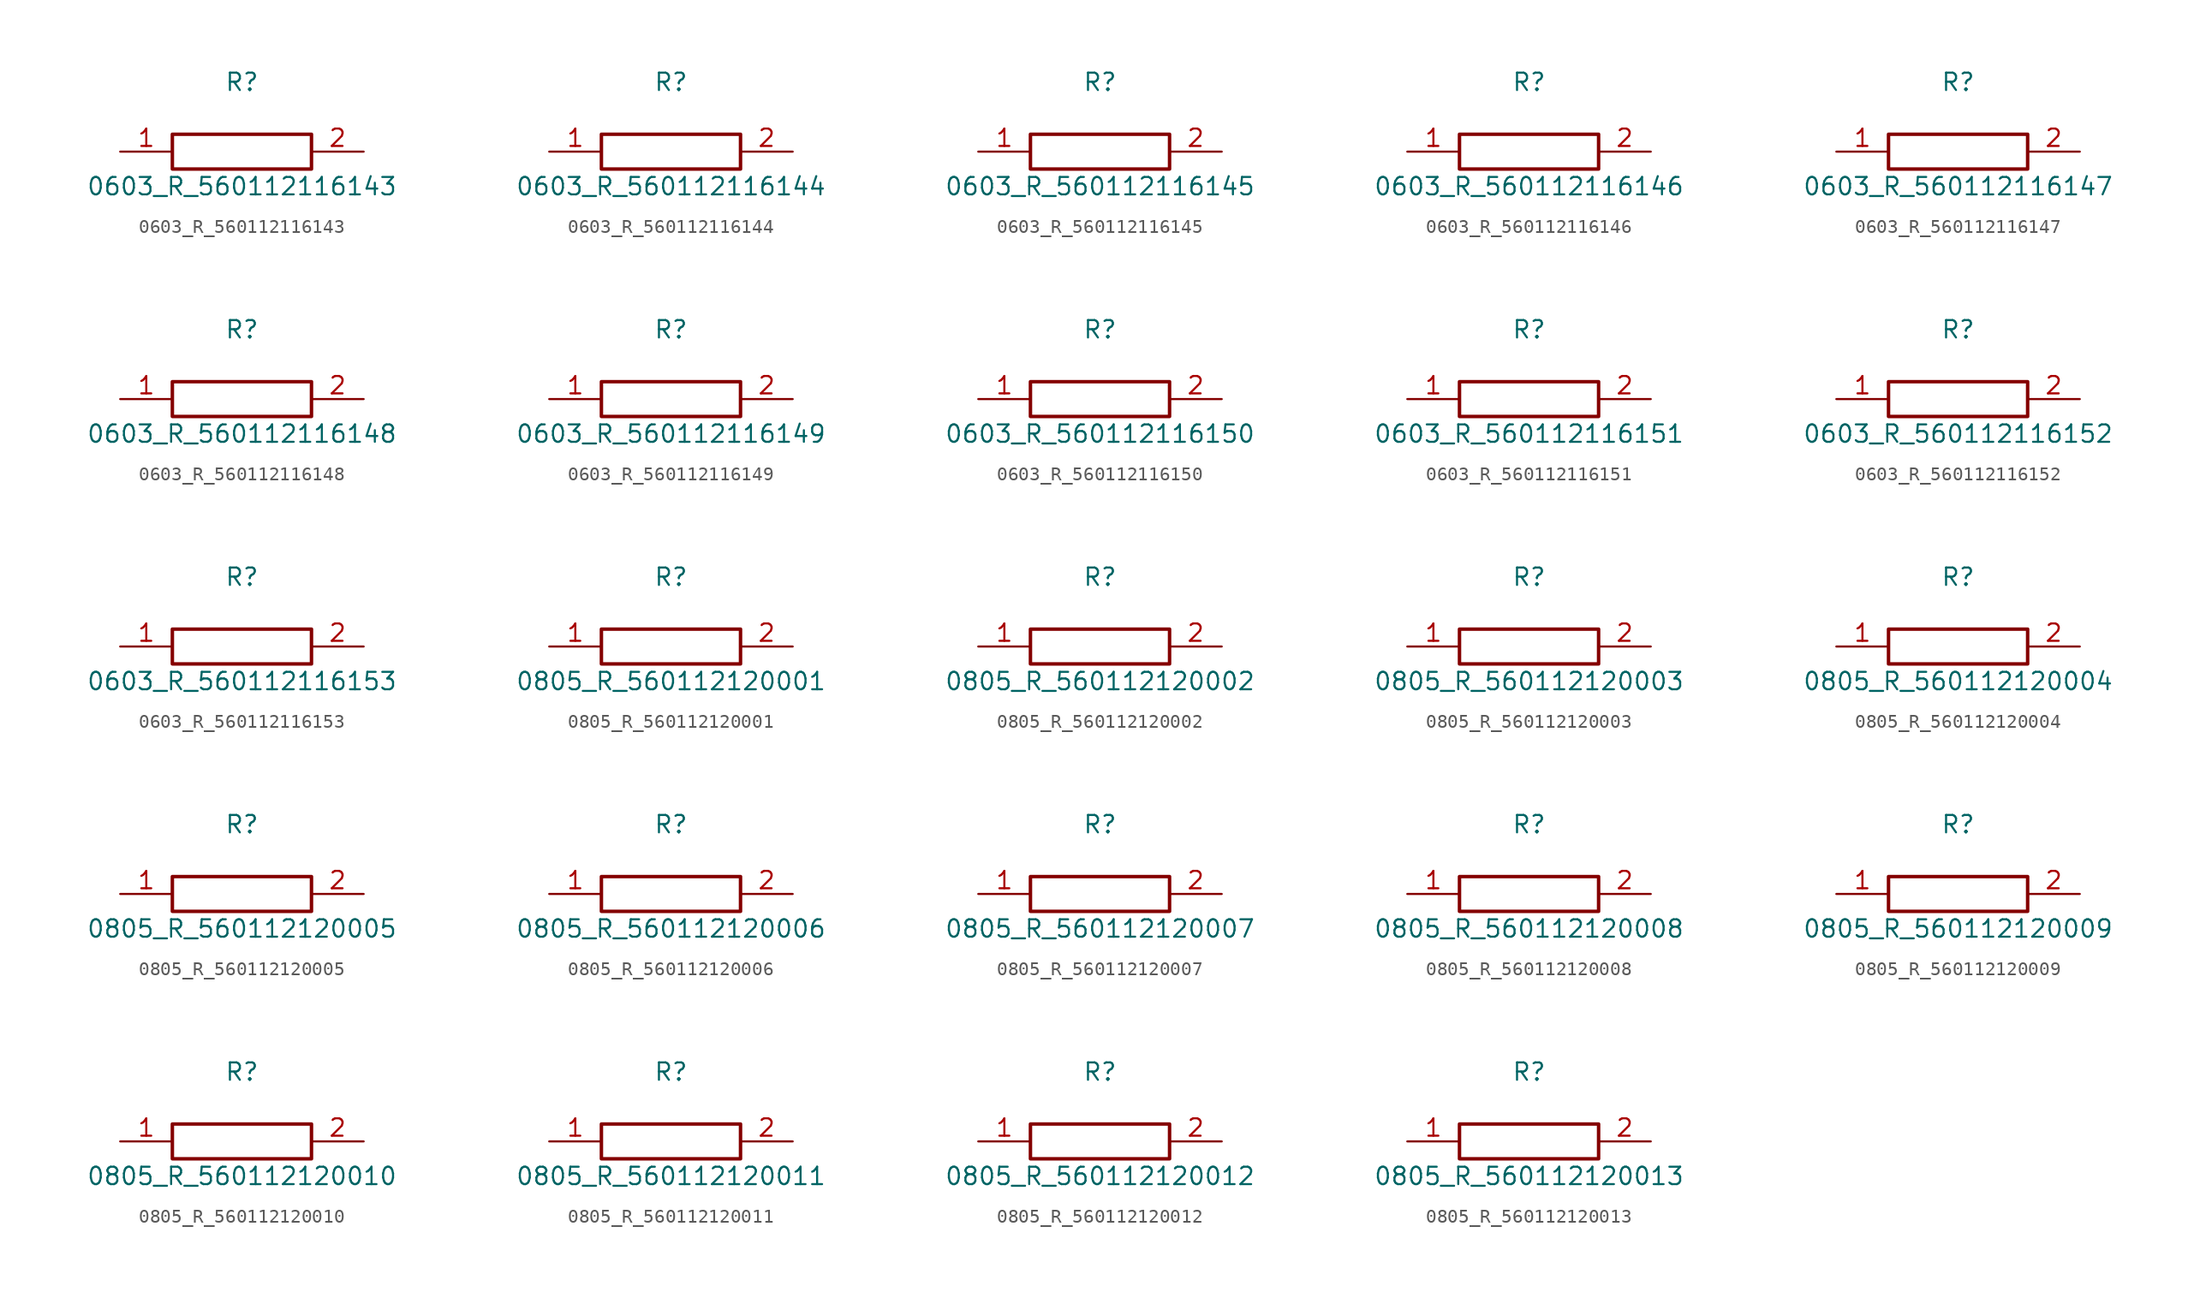
<source format=kicad_sym>
(kicad_symbol_lib
  (version 20211014)
  (generator kicad_symbol_editor)
  (symbol "Resistor_Wurth_WRIS-RSKS:0603_R_560112116143"
    (pin_names hide)
    (property "Reference" "R"
      (at 0 5.08 0)
      (effects (font (size 1.27 1.27))))
    (property "Value" "0603_R_560112116143"
      (at 0 -2.54 0)
      (effects (font (size 1.27 1.27))))
    (symbol "0603_R_560112116143_0_1"
      (rectangle (start -5.08 1.27) (end 5.08 -1.27) (stroke (width 0.254) (type solid)) (fill (type none)))
      (pin passive line (at -8.89 0 0) (length 3.81) (name "1" (effects (font (size 1.27 1.27)))) (number "1" (effects (font (size 1.27 1.27)))))
      (pin passive line (at 8.89 0 180) (length 3.81) (name "2" (effects (font (size 1.27 1.27)))) (number "2" (effects (font (size 1.27 1.27)))))))
  (symbol "Resistor_Wurth_WRIS-RSKS:0603_R_560112116144"
    (pin_names hide)
    (property "Reference" "R"
      (at 0 5.08 0)
      (effects (font (size 1.27 1.27))))
    (property "Value" "0603_R_560112116144"
      (at 0 -2.54 0)
      (effects (font (size 1.27 1.27))))
    (symbol "0603_R_560112116144_0_1"
      (rectangle (start -5.08 1.27) (end 5.08 -1.27) (stroke (width 0.254) (type solid)) (fill (type none)))
      (pin passive line (at -8.89 0 0) (length 3.81) (name "1" (effects (font (size 1.27 1.27)))) (number "1" (effects (font (size 1.27 1.27)))))
      (pin passive line (at 8.89 0 180) (length 3.81) (name "2" (effects (font (size 1.27 1.27)))) (number "2" (effects (font (size 1.27 1.27)))))))
  (symbol "Resistor_Wurth_WRIS-RSKS:0603_R_560112116145"
    (pin_names hide)
    (property "Reference" "R"
      (at 0 5.08 0)
      (effects (font (size 1.27 1.27))))
    (property "Value" "0603_R_560112116145"
      (at 0 -2.54 0)
      (effects (font (size 1.27 1.27))))
    (symbol "0603_R_560112116145_0_1"
      (rectangle (start -5.08 1.27) (end 5.08 -1.27) (stroke (width 0.254) (type solid)) (fill (type none)))
      (pin passive line (at -8.89 0 0) (length 3.81) (name "1" (effects (font (size 1.27 1.27)))) (number "1" (effects (font (size 1.27 1.27)))))
      (pin passive line (at 8.89 0 180) (length 3.81) (name "2" (effects (font (size 1.27 1.27)))) (number "2" (effects (font (size 1.27 1.27)))))))
  (symbol "Resistor_Wurth_WRIS-RSKS:0603_R_560112116146"
    (pin_names hide)
    (property "Reference" "R"
      (at 0 5.08 0)
      (effects (font (size 1.27 1.27))))
    (property "Value" "0603_R_560112116146"
      (at 0 -2.54 0)
      (effects (font (size 1.27 1.27))))
    (symbol "0603_R_560112116146_0_1"
      (rectangle (start -5.08 1.27) (end 5.08 -1.27) (stroke (width 0.254) (type solid)) (fill (type none)))
      (pin passive line (at -8.89 0 0) (length 3.81) (name "1" (effects (font (size 1.27 1.27)))) (number "1" (effects (font (size 1.27 1.27)))))
      (pin passive line (at 8.89 0 180) (length 3.81) (name "2" (effects (font (size 1.27 1.27)))) (number "2" (effects (font (size 1.27 1.27)))))))
  (symbol "Resistor_Wurth_WRIS-RSKS:0603_R_560112116147"
    (pin_names hide)
    (property "Reference" "R"
      (at 0 5.08 0)
      (effects (font (size 1.27 1.27))))
    (property "Value" "0603_R_560112116147"
      (at 0 -2.54 0)
      (effects (font (size 1.27 1.27))))
    (symbol "0603_R_560112116147_0_1"
      (rectangle (start -5.08 1.27) (end 5.08 -1.27) (stroke (width 0.254) (type solid)) (fill (type none)))
      (pin passive line (at -8.89 0 0) (length 3.81) (name "1" (effects (font (size 1.27 1.27)))) (number "1" (effects (font (size 1.27 1.27)))))
      (pin passive line (at 8.89 0 180) (length 3.81) (name "2" (effects (font (size 1.27 1.27)))) (number "2" (effects (font (size 1.27 1.27)))))))
  (symbol "Resistor_Wurth_WRIS-RSKS:0603_R_560112116148"
    (pin_names hide)
    (property "Reference" "R"
      (at 0 5.08 0)
      (effects (font (size 1.27 1.27))))
    (property "Value" "0603_R_560112116148"
      (at 0 -2.54 0)
      (effects (font (size 1.27 1.27))))
    (symbol "0603_R_560112116148_0_1"
      (rectangle (start -5.08 1.27) (end 5.08 -1.27) (stroke (width 0.254) (type solid)) (fill (type none)))
      (pin passive line (at -8.89 0 0) (length 3.81) (name "1" (effects (font (size 1.27 1.27)))) (number "1" (effects (font (size 1.27 1.27)))))
      (pin passive line (at 8.89 0 180) (length 3.81) (name "2" (effects (font (size 1.27 1.27)))) (number "2" (effects (font (size 1.27 1.27)))))))
  (symbol "Resistor_Wurth_WRIS-RSKS:0603_R_560112116149"
    (pin_names hide)
    (property "Reference" "R"
      (at 0 5.08 0)
      (effects (font (size 1.27 1.27))))
    (property "Value" "0603_R_560112116149"
      (at 0 -2.54 0)
      (effects (font (size 1.27 1.27))))
    (symbol "0603_R_560112116149_0_1"
      (rectangle (start -5.08 1.27) (end 5.08 -1.27) (stroke (width 0.254) (type solid)) (fill (type none)))
      (pin passive line (at -8.89 0 0) (length 3.81) (name "1" (effects (font (size 1.27 1.27)))) (number "1" (effects (font (size 1.27 1.27)))))
      (pin passive line (at 8.89 0 180) (length 3.81) (name "2" (effects (font (size 1.27 1.27)))) (number "2" (effects (font (size 1.27 1.27)))))))
  (symbol "Resistor_Wurth_WRIS-RSKS:0603_R_560112116150"
    (pin_names hide)
    (property "Reference" "R"
      (at 0 5.08 0)
      (effects (font (size 1.27 1.27))))
    (property "Value" "0603_R_560112116150"
      (at 0 -2.54 0)
      (effects (font (size 1.27 1.27))))
    (symbol "0603_R_560112116150_0_1"
      (rectangle (start -5.08 1.27) (end 5.08 -1.27) (stroke (width 0.254) (type solid)) (fill (type none)))
      (pin passive line (at -8.89 0 0) (length 3.81) (name "1" (effects (font (size 1.27 1.27)))) (number "1" (effects (font (size 1.27 1.27)))))
      (pin passive line (at 8.89 0 180) (length 3.81) (name "2" (effects (font (size 1.27 1.27)))) (number "2" (effects (font (size 1.27 1.27)))))))
  (symbol "Resistor_Wurth_WRIS-RSKS:0603_R_560112116151"
    (pin_names hide)
    (property "Reference" "R"
      (at 0 5.08 0)
      (effects (font (size 1.27 1.27))))
    (property "Value" "0603_R_560112116151"
      (at 0 -2.54 0)
      (effects (font (size 1.27 1.27))))
    (symbol "0603_R_560112116151_0_1"
      (rectangle (start -5.08 1.27) (end 5.08 -1.27) (stroke (width 0.254) (type solid)) (fill (type none)))
      (pin passive line (at -8.89 0 0) (length 3.81) (name "1" (effects (font (size 1.27 1.27)))) (number "1" (effects (font (size 1.27 1.27)))))
      (pin passive line (at 8.89 0 180) (length 3.81) (name "2" (effects (font (size 1.27 1.27)))) (number "2" (effects (font (size 1.27 1.27)))))))
  (symbol "Resistor_Wurth_WRIS-RSKS:0603_R_560112116152"
    (pin_names hide)
    (property "Reference" "R"
      (at 0 5.08 0)
      (effects (font (size 1.27 1.27))))
    (property "Value" "0603_R_560112116152"
      (at 0 -2.54 0)
      (effects (font (size 1.27 1.27))))
    (symbol "0603_R_560112116152_0_1"
      (rectangle (start -5.08 1.27) (end 5.08 -1.27) (stroke (width 0.254) (type solid)) (fill (type none)))
      (pin passive line (at -8.89 0 0) (length 3.81) (name "1" (effects (font (size 1.27 1.27)))) (number "1" (effects (font (size 1.27 1.27)))))
      (pin passive line (at 8.89 0 180) (length 3.81) (name "2" (effects (font (size 1.27 1.27)))) (number "2" (effects (font (size 1.27 1.27)))))))
  (symbol "Resistor_Wurth_WRIS-RSKS:0603_R_560112116153"
    (pin_names hide)
    (property "Reference" "R"
      (at 0 5.08 0)
      (effects (font (size 1.27 1.27))))
    (property "Value" "0603_R_560112116153"
      (at 0 -2.54 0)
      (effects (font (size 1.27 1.27))))
    (symbol "0603_R_560112116153_0_1"
      (rectangle (start -5.08 1.27) (end 5.08 -1.27) (stroke (width 0.254) (type solid)) (fill (type none)))
      (pin passive line (at -8.89 0 0) (length 3.81) (name "1" (effects (font (size 1.27 1.27)))) (number "1" (effects (font (size 1.27 1.27)))))
      (pin passive line (at 8.89 0 180) (length 3.81) (name "2" (effects (font (size 1.27 1.27)))) (number "2" (effects (font (size 1.27 1.27)))))))
  (symbol "Resistor_Wurth_WRIS-RSKS:0805_R_560112120001"
    (pin_names hide)
    (property "Reference" "R"
      (at 0 5.08 0)
      (effects (font (size 1.27 1.27))))
    (property "Value" "0805_R_560112120001"
      (at 0 -2.54 0)
      (effects (font (size 1.27 1.27))))
    (symbol "0805_R_560112120001_0_1"
      (rectangle (start -5.08 1.27) (end 5.08 -1.27) (stroke (width 0.254) (type solid)) (fill (type none)))
      (pin passive line (at -8.89 0 0) (length 3.81) (name "1" (effects (font (size 1.27 1.27)))) (number "1" (effects (font (size 1.27 1.27)))))
      (pin passive line (at 8.89 0 180) (length 3.81) (name "2" (effects (font (size 1.27 1.27)))) (number "2" (effects (font (size 1.27 1.27)))))))
  (symbol "Resistor_Wurth_WRIS-RSKS:0805_R_560112120002"
    (pin_names hide)
    (property "Reference" "R"
      (at 0 5.08 0)
      (effects (font (size 1.27 1.27))))
    (property "Value" "0805_R_560112120002"
      (at 0 -2.54 0)
      (effects (font (size 1.27 1.27))))
    (symbol "0805_R_560112120002_0_1"
      (rectangle (start -5.08 1.27) (end 5.08 -1.27) (stroke (width 0.254) (type solid)) (fill (type none)))
      (pin passive line (at -8.89 0 0) (length 3.81) (name "1" (effects (font (size 1.27 1.27)))) (number "1" (effects (font (size 1.27 1.27)))))
      (pin passive line (at 8.89 0 180) (length 3.81) (name "2" (effects (font (size 1.27 1.27)))) (number "2" (effects (font (size 1.27 1.27)))))))
  (symbol "Resistor_Wurth_WRIS-RSKS:0805_R_560112120003"
    (pin_names hide)
    (property "Reference" "R"
      (at 0 5.08 0)
      (effects (font (size 1.27 1.27))))
    (property "Value" "0805_R_560112120003"
      (at 0 -2.54 0)
      (effects (font (size 1.27 1.27))))
    (symbol "0805_R_560112120003_0_1"
      (rectangle (start -5.08 1.27) (end 5.08 -1.27) (stroke (width 0.254) (type solid)) (fill (type none)))
      (pin passive line (at -8.89 0 0) (length 3.81) (name "1" (effects (font (size 1.27 1.27)))) (number "1" (effects (font (size 1.27 1.27)))))
      (pin passive line (at 8.89 0 180) (length 3.81) (name "2" (effects (font (size 1.27 1.27)))) (number "2" (effects (font (size 1.27 1.27)))))))
  (symbol "Resistor_Wurth_WRIS-RSKS:0805_R_560112120004"
    (pin_names hide)
    (property "Reference" "R"
      (at 0 5.08 0)
      (effects (font (size 1.27 1.27))))
    (property "Value" "0805_R_560112120004"
      (at 0 -2.54 0)
      (effects (font (size 1.27 1.27))))
    (symbol "0805_R_560112120004_0_1"
      (rectangle (start -5.08 1.27) (end 5.08 -1.27) (stroke (width 0.254) (type solid)) (fill (type none)))
      (pin passive line (at -8.89 0 0) (length 3.81) (name "1" (effects (font (size 1.27 1.27)))) (number "1" (effects (font (size 1.27 1.27)))))
      (pin passive line (at 8.89 0 180) (length 3.81) (name "2" (effects (font (size 1.27 1.27)))) (number "2" (effects (font (size 1.27 1.27)))))))
  (symbol "Resistor_Wurth_WRIS-RSKS:0805_R_560112120005"
    (pin_names hide)
    (property "Reference" "R"
      (at 0 5.08 0)
      (effects (font (size 1.27 1.27))))
    (property "Value" "0805_R_560112120005"
      (at 0 -2.54 0)
      (effects (font (size 1.27 1.27))))
    (symbol "0805_R_560112120005_0_1"
      (rectangle (start -5.08 1.27) (end 5.08 -1.27) (stroke (width 0.254) (type solid)) (fill (type none)))
      (pin passive line (at -8.89 0 0) (length 3.81) (name "1" (effects (font (size 1.27 1.27)))) (number "1" (effects (font (size 1.27 1.27)))))
      (pin passive line (at 8.89 0 180) (length 3.81) (name "2" (effects (font (size 1.27 1.27)))) (number "2" (effects (font (size 1.27 1.27)))))))
  (symbol "Resistor_Wurth_WRIS-RSKS:0805_R_560112120006"
    (pin_names hide)
    (property "Reference" "R"
      (at 0 5.08 0)
      (effects (font (size 1.27 1.27))))
    (property "Value" "0805_R_560112120006"
      (at 0 -2.54 0)
      (effects (font (size 1.27 1.27))))
    (symbol "0805_R_560112120006_0_1"
      (rectangle (start -5.08 1.27) (end 5.08 -1.27) (stroke (width 0.254) (type solid)) (fill (type none)))
      (pin passive line (at -8.89 0 0) (length 3.81) (name "1" (effects (font (size 1.27 1.27)))) (number "1" (effects (font (size 1.27 1.27)))))
      (pin passive line (at 8.89 0 180) (length 3.81) (name "2" (effects (font (size 1.27 1.27)))) (number "2" (effects (font (size 1.27 1.27)))))))
  (symbol "Resistor_Wurth_WRIS-RSKS:0805_R_560112120007"
    (pin_names hide)
    (property "Reference" "R"
      (at 0 5.08 0)
      (effects (font (size 1.27 1.27))))
    (property "Value" "0805_R_560112120007"
      (at 0 -2.54 0)
      (effects (font (size 1.27 1.27))))
    (symbol "0805_R_560112120007_0_1"
      (rectangle (start -5.08 1.27) (end 5.08 -1.27) (stroke (width 0.254) (type solid)) (fill (type none)))
      (pin passive line (at -8.89 0 0) (length 3.81) (name "1" (effects (font (size 1.27 1.27)))) (number "1" (effects (font (size 1.27 1.27)))))
      (pin passive line (at 8.89 0 180) (length 3.81) (name "2" (effects (font (size 1.27 1.27)))) (number "2" (effects (font (size 1.27 1.27)))))))
  (symbol "Resistor_Wurth_WRIS-RSKS:0805_R_560112120008"
    (pin_names hide)
    (property "Reference" "R"
      (at 0 5.08 0)
      (effects (font (size 1.27 1.27))))
    (property "Value" "0805_R_560112120008"
      (at 0 -2.54 0)
      (effects (font (size 1.27 1.27))))
    (symbol "0805_R_560112120008_0_1"
      (rectangle (start -5.08 1.27) (end 5.08 -1.27) (stroke (width 0.254) (type solid)) (fill (type none)))
      (pin passive line (at -8.89 0 0) (length 3.81) (name "1" (effects (font (size 1.27 1.27)))) (number "1" (effects (font (size 1.27 1.27)))))
      (pin passive line (at 8.89 0 180) (length 3.81) (name "2" (effects (font (size 1.27 1.27)))) (number "2" (effects (font (size 1.27 1.27)))))))
  (symbol "Resistor_Wurth_WRIS-RSKS:0805_R_560112120009"
    (pin_names hide)
    (property "Reference" "R"
      (at 0 5.08 0)
      (effects (font (size 1.27 1.27))))
    (property "Value" "0805_R_560112120009"
      (at 0 -2.54 0)
      (effects (font (size 1.27 1.27))))
    (symbol "0805_R_560112120009_0_1"
      (rectangle (start -5.08 1.27) (end 5.08 -1.27) (stroke (width 0.254) (type solid)) (fill (type none)))
      (pin passive line (at -8.89 0 0) (length 3.81) (name "1" (effects (font (size 1.27 1.27)))) (number "1" (effects (font (size 1.27 1.27)))))
      (pin passive line (at 8.89 0 180) (length 3.81) (name "2" (effects (font (size 1.27 1.27)))) (number "2" (effects (font (size 1.27 1.27)))))))
  (symbol "Resistor_Wurth_WRIS-RSKS:0805_R_560112120010"
    (pin_names hide)
    (property "Reference" "R"
      (at 0 5.08 0)
      (effects (font (size 1.27 1.27))))
    (property "Value" "0805_R_560112120010"
      (at 0 -2.54 0)
      (effects (font (size 1.27 1.27))))
    (symbol "0805_R_560112120010_0_1"
      (rectangle (start -5.08 1.27) (end 5.08 -1.27) (stroke (width 0.254) (type solid)) (fill (type none)))
      (pin passive line (at -8.89 0 0) (length 3.81) (name "1" (effects (font (size 1.27 1.27)))) (number "1" (effects (font (size 1.27 1.27)))))
      (pin passive line (at 8.89 0 180) (length 3.81) (name "2" (effects (font (size 1.27 1.27)))) (number "2" (effects (font (size 1.27 1.27)))))))
  (symbol "Resistor_Wurth_WRIS-RSKS:0805_R_560112120011"
    (pin_names hide)
    (property "Reference" "R"
      (at 0 5.08 0)
      (effects (font (size 1.27 1.27))))
    (property "Value" "0805_R_560112120011"
      (at 0 -2.54 0)
      (effects (font (size 1.27 1.27))))
    (symbol "0805_R_560112120011_0_1"
      (rectangle (start -5.08 1.27) (end 5.08 -1.27) (stroke (width 0.254) (type solid)) (fill (type none)))
      (pin passive line (at -8.89 0 0) (length 3.81) (name "1" (effects (font (size 1.27 1.27)))) (number "1" (effects (font (size 1.27 1.27)))))
      (pin passive line (at 8.89 0 180) (length 3.81) (name "2" (effects (font (size 1.27 1.27)))) (number "2" (effects (font (size 1.27 1.27)))))))
  (symbol "Resistor_Wurth_WRIS-RSKS:0805_R_560112120012"
    (pin_names hide)
    (property "Reference" "R"
      (at 0 5.08 0)
      (effects (font (size 1.27 1.27))))
    (property "Value" "0805_R_560112120012"
      (at 0 -2.54 0)
      (effects (font (size 1.27 1.27))))
    (symbol "0805_R_560112120012_0_1"
      (rectangle (start -5.08 1.27) (end 5.08 -1.27) (stroke (width 0.254) (type solid)) (fill (type none)))
      (pin passive line (at -8.89 0 0) (length 3.81) (name "1" (effects (font (size 1.27 1.27)))) (number "1" (effects (font (size 1.27 1.27)))))
      (pin passive line (at 8.89 0 180) (length 3.81) (name "2" (effects (font (size 1.27 1.27)))) (number "2" (effects (font (size 1.27 1.27)))))))
  (symbol "Resistor_Wurth_WRIS-RSKS:0805_R_560112120013"
    (pin_names hide)
    (property "Reference" "R"
      (at 0 5.08 0)
      (effects (font (size 1.27 1.27))))
    (property "Value" "0805_R_560112120013"
      (at 0 -2.54 0)
      (effects (font (size 1.27 1.27))))
    (symbol "0805_R_560112120013_0_1"
      (rectangle (start -5.08 1.27) (end 5.08 -1.27) (stroke (width 0.254) (type solid)) (fill (type none)))
      (pin passive line (at -8.89 0 0) (length 3.81) (name "1" (effects (font (size 1.27 1.27)))) (number "1" (effects (font (size 1.27 1.27)))))
      (pin passive line (at 8.89 0 180) (length 3.81) (name "2" (effects (font (size 1.27 1.27)))) (number "2" (effects (font (size 1.27 1.27))))))))
</source>
